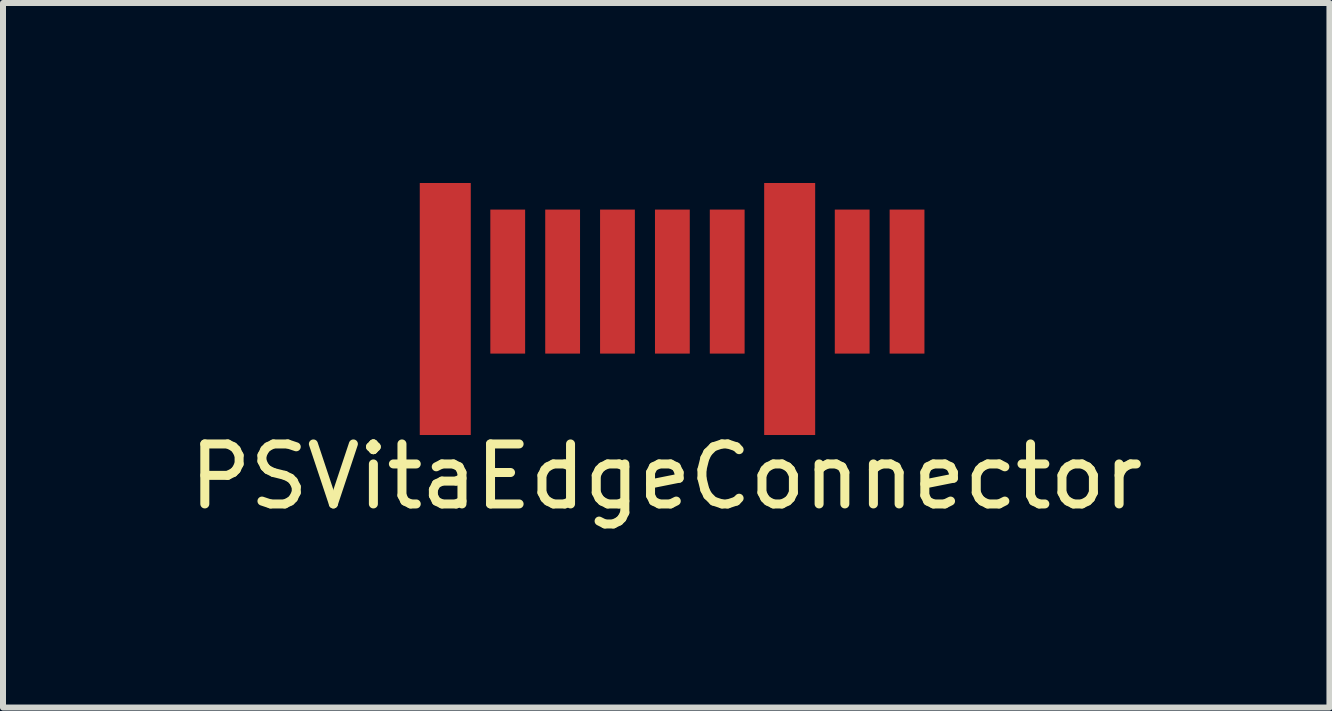
<source format=kicad_pcb>
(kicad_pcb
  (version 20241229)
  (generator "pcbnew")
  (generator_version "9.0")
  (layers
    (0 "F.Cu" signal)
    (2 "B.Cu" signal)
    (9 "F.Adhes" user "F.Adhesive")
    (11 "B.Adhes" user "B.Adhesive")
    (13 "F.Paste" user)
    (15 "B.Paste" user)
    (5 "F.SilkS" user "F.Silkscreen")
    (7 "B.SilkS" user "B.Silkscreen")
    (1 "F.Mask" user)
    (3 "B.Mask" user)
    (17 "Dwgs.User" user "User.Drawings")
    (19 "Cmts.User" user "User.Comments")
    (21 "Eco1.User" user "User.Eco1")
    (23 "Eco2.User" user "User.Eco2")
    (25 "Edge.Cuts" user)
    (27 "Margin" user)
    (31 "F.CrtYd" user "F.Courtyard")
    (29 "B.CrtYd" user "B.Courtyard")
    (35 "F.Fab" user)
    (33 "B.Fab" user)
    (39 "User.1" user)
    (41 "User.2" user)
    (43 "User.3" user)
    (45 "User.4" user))
  (footprint "PSVitaEdgeConnector"
    (layer "F.Cu")
    (at 9.451 1.592)
    (property "Reference" "PSVitaEdgeConnector" (at -1.397 3.302 0) (layer "F.SilkS") (effects (font (size 1 1) (thickness 0.15))))
    (attr smd)
    (pad "1" smd rect (at -5.08 0.508) (size 0.85 4.2) (layers "F.Cu" "F.Mask" "F.Paste"))
    (pad "2" smd rect (at -4.039 0.051) (size 0.58 2.4) (layers "F.Cu" "F.Mask" "F.Paste"))
    (pad "3" smd rect (at -3.124 0.051) (size 0.58 2.4) (layers "F.Cu" "F.Mask" "F.Paste"))
    (pad "4" smd rect (at -2.21 0.051) (size 0.58 2.4) (layers "F.Cu" "F.Mask" "F.Paste"))
    (pad "5" smd rect (at -1.295 0.051) (size 0.58 2.4) (layers "F.Cu" "F.Mask" "F.Paste"))
    (pad "6" smd rect (at -0.381 0.051) (size 0.58 2.4) (layers "F.Cu" "F.Mask" "F.Paste"))
    (pad "7" smd rect (at 0.66 0.508) (size 0.85 4.2) (layers "F.Cu" "F.Mask" "F.Paste"))
    (pad "8" smd rect (at 1.702 0.051) (size 0.58 2.4) (layers "F.Cu" "F.Mask" "F.Paste"))
    (pad "9" smd rect (at 2.616 0.051) (size 0.58 2.4) (layers "F.Cu" "F.Mask" "F.Paste")))
  (gr_rect
    (start -3 -3)
    (end 19.107 8.742)
    (stroke (width 0.1) (type default))
    (fill no)
    (layer "Edge.Cuts")))
</source>
